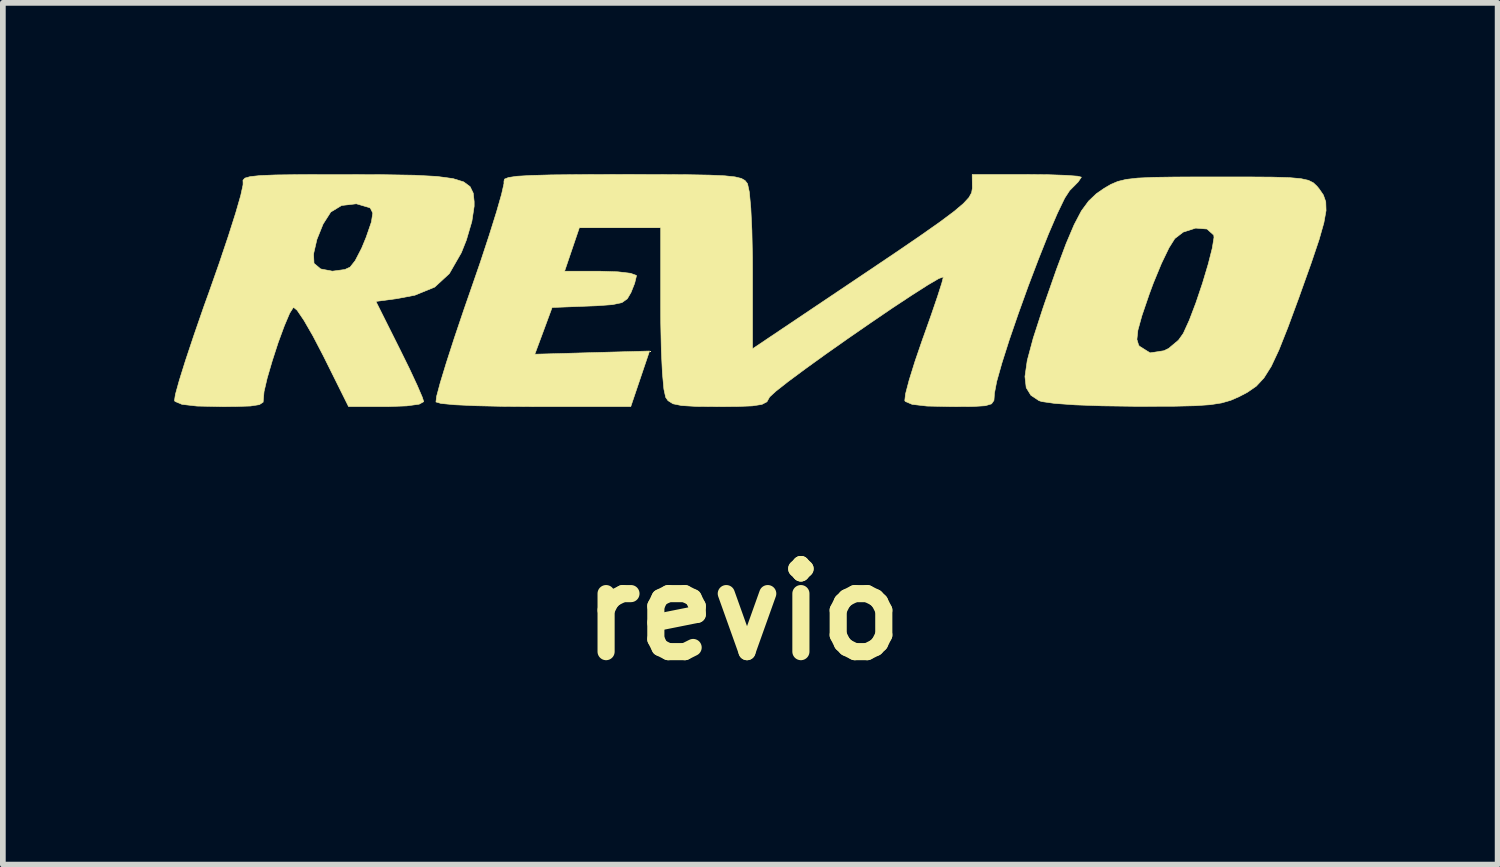
<source format=kicad_pcb>
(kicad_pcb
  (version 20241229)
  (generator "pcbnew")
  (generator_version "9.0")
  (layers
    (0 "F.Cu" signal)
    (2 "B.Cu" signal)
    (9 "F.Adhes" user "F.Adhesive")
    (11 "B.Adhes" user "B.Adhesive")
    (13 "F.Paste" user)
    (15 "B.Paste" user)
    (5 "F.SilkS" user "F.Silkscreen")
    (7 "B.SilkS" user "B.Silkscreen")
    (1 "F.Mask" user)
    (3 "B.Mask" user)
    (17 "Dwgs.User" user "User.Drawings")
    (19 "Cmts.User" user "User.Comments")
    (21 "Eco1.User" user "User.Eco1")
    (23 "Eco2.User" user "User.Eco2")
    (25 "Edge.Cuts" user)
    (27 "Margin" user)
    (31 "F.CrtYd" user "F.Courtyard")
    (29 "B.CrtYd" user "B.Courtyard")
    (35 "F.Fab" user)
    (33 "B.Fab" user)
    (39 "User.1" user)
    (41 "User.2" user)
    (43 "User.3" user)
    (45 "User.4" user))
  (footprint "revio"
    (layer "F.Cu")
    (at 9.957 2.17)
    (property "Reference" "revio" (at 0 5.5 0) (layer "F.SilkS") (effects (font (size 1.524 1.524) (thickness 0.3))))
    (attr through_hole)
    (fp_poly (pts (xy 8.848 -2.122) (xy 9.268 -2.119) (xy 9.567 -2.11) (xy 9.77 -2.092) (xy 9.902 -2.063) (xy 9.988 -2.02) (xy 10.051 -1.961) (xy 10.089 -1.915) (xy 10.164 -1.806) (xy 10.206 -1.687) (xy 10.211 -1.533) (xy 10.173 -1.32) (xy 10.089 -1.024) (xy 9.953 -0.62) (xy 9.762 -0.085) (xy 9.741 -0.025) (xy 9.544 0.509) (xy 9.386 0.907) (xy 9.251 1.195) (xy 9.123 1.398) (xy 8.989 1.542) (xy 8.832 1.65) (xy 8.687 1.726) (xy 8.54 1.79) (xy 8.382 1.835) (xy 8.184 1.866) (xy 7.915 1.884) (xy 7.547 1.893) (xy 7.05 1.894) (xy 6.852 1.894) (xy 6.291 1.886) (xy 5.819 1.869) (xy 5.458 1.843) (xy 5.233 1.811) (xy 5.184 1.795) (xy 5.043 1.701) (xy 4.961 1.568) (xy 4.939 1.373) (xy 4.979 1.093) (xy 5.078 0.723) (xy 6.899 0.723) (xy 6.929 0.822) (xy 6.943 0.841) (xy 7.129 0.958) (xy 7.372 0.921) (xy 7.454 0.881) (xy 7.627 0.736) (xy 7.711 0.618) (xy 7.816 0.388) (xy 7.933 0.08) (xy 8.048 -0.262) (xy 8.148 -0.596) (xy 8.219 -0.876) (xy 8.249 -1.062) (xy 8.245 -1.103) (xy 8.126 -1.21) (xy 7.928 -1.226) (xy 7.71 -1.156) (xy 7.563 -1.043) (xy 7.461 -0.881) (xy 7.328 -0.605) (xy 7.186 -0.261) (xy 7.115 -0.069) (xy 6.986 0.309) (xy 6.916 0.563) (xy 6.899 0.723) (xy 5.078 0.723) (xy 5.082 0.707) (xy 5.249 0.191) (xy 5.287 0.079) (xy 5.492 -0.506) (xy 5.659 -0.953) (xy 5.8 -1.285) (xy 5.927 -1.527) (xy 6.054 -1.7) (xy 6.191 -1.83) (xy 6.326 -1.923) (xy 6.444 -1.992) (xy 6.564 -2.043) (xy 6.711 -2.079) (xy 6.912 -2.102) (xy 7.195 -2.115) (xy 7.586 -2.121) (xy 8.113 -2.122) (xy 8.284 -2.122) (xy 8.848 -2.122)) (stroke (width 0.01) (type solid)) (fill yes) (layer "F.SilkS"))
    (fp_poly (pts (xy -6.956 -2.163) (xy -6.279 -2.161) (xy -5.752 -2.152) (xy -5.357 -2.131) (xy -5.075 -2.093) (xy -4.888 -2.035) (xy -4.776 -1.952) (xy -4.721 -1.838) (xy -4.705 -1.69) (xy -4.705 -1.609) (xy -4.745 -1.344) (xy -4.841 -1.017) (xy -4.93 -0.794) (xy -5.139 -0.43) (xy -5.396 -0.193) (xy -5.743 -0.051) (xy -6.048 0.007) (xy -6.425 0.058) (xy -6.007 0.893) (xy -5.837 1.238) (xy -5.701 1.53) (xy -5.613 1.735) (xy -5.588 1.813) (xy -5.668 1.857) (xy -5.886 1.887) (xy -6.214 1.899) (xy -6.246 1.899) (xy -6.904 1.899) (xy -7.348 1.006) (xy -7.527 0.663) (xy -7.685 0.389) (xy -7.805 0.212) (xy -7.869 0.16) (xy -7.935 0.264) (xy -8.029 0.486) (xy -8.137 0.779) (xy -8.241 1.1) (xy -8.329 1.401) (xy -8.384 1.637) (xy -8.394 1.751) (xy -8.4 1.822) (xy -8.466 1.865) (xy -8.621 1.889) (xy -8.896 1.898) (xy -9.141 1.899) (xy -9.558 1.89) (xy -9.82 1.86) (xy -9.942 1.809) (xy -9.952 1.794) (xy -9.936 1.686) (xy -9.869 1.444) (xy -9.759 1.092) (xy -9.613 0.654) (xy -9.44 0.154) (xy -9.352 -0.09) (xy -9.168 -0.613) (xy -9.114 -0.774) (xy -7.517 -0.774) (xy -7.509 -0.609) (xy -7.392 -0.511) (xy -7.188 -0.472) (xy -6.969 -0.501) (xy -6.877 -0.543) (xy -6.788 -0.656) (xy -6.675 -0.874) (xy -6.597 -1.063) (xy -6.504 -1.333) (xy -6.48 -1.49) (xy -6.521 -1.573) (xy -6.536 -1.584) (xy -6.768 -1.652) (xy -7.026 -1.622) (xy -7.215 -1.508) (xy -7.35 -1.297) (xy -7.458 -1.029) (xy -7.517 -0.774) (xy -9.114 -0.774) (xy -9.008 -1.089) (xy -8.88 -1.492) (xy -8.792 -1.798) (xy -8.752 -1.981) (xy -8.751 -2.017) (xy -8.753 -2.065) (xy -8.718 -2.102) (xy -8.625 -2.128) (xy -8.453 -2.146) (xy -8.182 -2.157) (xy -7.793 -2.162) (xy -7.264 -2.163) (xy -6.956 -2.163)) (stroke (width 0.01) (type solid)) (fill yes) (layer "F.SilkS"))
    (fp_poly (pts (xy 5.35 -2.161) (xy 5.659 -2.15) (xy 5.862 -2.135) (xy 5.927 -2.118) (xy 5.871 -2.035) (xy 5.734 -1.896) (xy 5.722 -1.885) (xy 5.635 -1.751) (xy 5.507 -1.486) (xy 5.35 -1.121) (xy 5.177 -0.686) (xy 4.997 -0.213) (xy 4.823 0.27) (xy 4.665 0.729) (xy 4.535 1.137) (xy 4.444 1.46) (xy 4.404 1.67) (xy 4.403 1.693) (xy 4.396 1.791) (xy 4.354 1.851) (xy 4.245 1.884) (xy 4.036 1.897) (xy 3.693 1.899) (xy 3.638 1.899) (xy 3.224 1.89) (xy 2.964 1.86) (xy 2.844 1.809) (xy 2.835 1.794) (xy 2.848 1.677) (xy 2.911 1.437) (xy 3.014 1.106) (xy 3.147 0.718) (xy 3.164 0.672) (xy 3.3 0.288) (xy 3.41 -0.034) (xy 3.483 -0.263) (xy 3.51 -0.368) (xy 3.509 -0.371) (xy 3.43 -0.343) (xy 3.239 -0.231) (xy 2.96 -0.053) (xy 2.616 0.174) (xy 2.234 0.434) (xy 1.836 0.709) (xy 1.447 0.983) (xy 1.092 1.239) (xy 0.794 1.46) (xy 0.579 1.629) (xy 0.47 1.729) (xy 0.462 1.742) (xy 0.421 1.815) (xy 0.333 1.861) (xy 0.164 1.887) (xy -0.116 1.898) (xy -0.426 1.899) (xy -0.816 1.896) (xy -1.071 1.881) (xy -1.224 1.85) (xy -1.311 1.795) (xy -1.352 1.736) (xy -1.383 1.593) (xy -1.409 1.31) (xy -1.428 0.915) (xy -1.438 0.436) (xy -1.439 0.169) (xy -1.439 -1.233) (xy -2.863 -1.233) (xy -3.122 -0.471) (xy -2.493 -0.471) (xy -2.19 -0.461) (xy -1.967 -0.435) (xy -1.865 -0.398) (xy -1.863 -0.391) (xy -1.895 -0.259) (xy -1.959 -0.098) (xy -2.023 0.011) (xy -2.117 0.078) (xy -2.284 0.114) (xy -2.565 0.134) (xy -2.698 0.139) (xy -3.34 0.164) (xy -3.491 0.573) (xy -3.643 0.982) (xy -2.638 0.954) (xy -1.634 0.926) (xy -1.963 1.899) (xy -3.643 1.899) (xy -4.203 1.895) (xy -4.677 1.884) (xy -5.045 1.867) (xy -5.285 1.844) (xy -5.374 1.818) (xy -5.362 1.718) (xy -5.299 1.483) (xy -5.193 1.135) (xy -5.052 0.698) (xy -4.883 0.197) (xy -4.781 -0.096) (xy -4.598 -0.625) (xy -4.44 -1.105) (xy -4.313 -1.511) (xy -4.225 -1.819) (xy -4.183 -2.005) (xy -4.183 -2.046) (xy -4.174 -2.084) (xy -4.104 -2.112) (xy -3.956 -2.134) (xy -3.711 -2.148) (xy -3.353 -2.158) (xy -2.863 -2.163) (xy -2.224 -2.165) (xy -2.117 -2.165) (xy -1.464 -2.164) (xy -0.96 -2.161) (xy -0.585 -2.154) (xy -0.317 -2.142) (xy -0.138 -2.123) (xy -0.026 -2.096) (xy 0.038 -2.059) (xy 0.076 -2.011) (xy 0.082 -2.001) (xy 0.113 -1.858) (xy 0.139 -1.576) (xy 0.158 -1.184) (xy 0.168 -0.712) (xy 0.169 -0.475) (xy 0.169 0.887) (xy 2.095 -0.406) (xy 2.67 -0.793) (xy 3.119 -1.1) (xy 3.457 -1.338) (xy 3.699 -1.519) (xy 3.861 -1.656) (xy 3.958 -1.761) (xy 4.005 -1.846) (xy 4.018 -1.923) (xy 4.018 -1.932) (xy 4.015 -2.165) (xy 4.971 -2.165) (xy 5.35 -2.161)) (stroke (width 0.01) (type solid)) (fill yes) (layer "F.SilkS")))
  (gr_rect
    (start -3 -3)
    (end 23.172 12.088)
    (stroke (width 0.1) (type default))
    (fill no)
    (layer "Edge.Cuts")))
</source>
